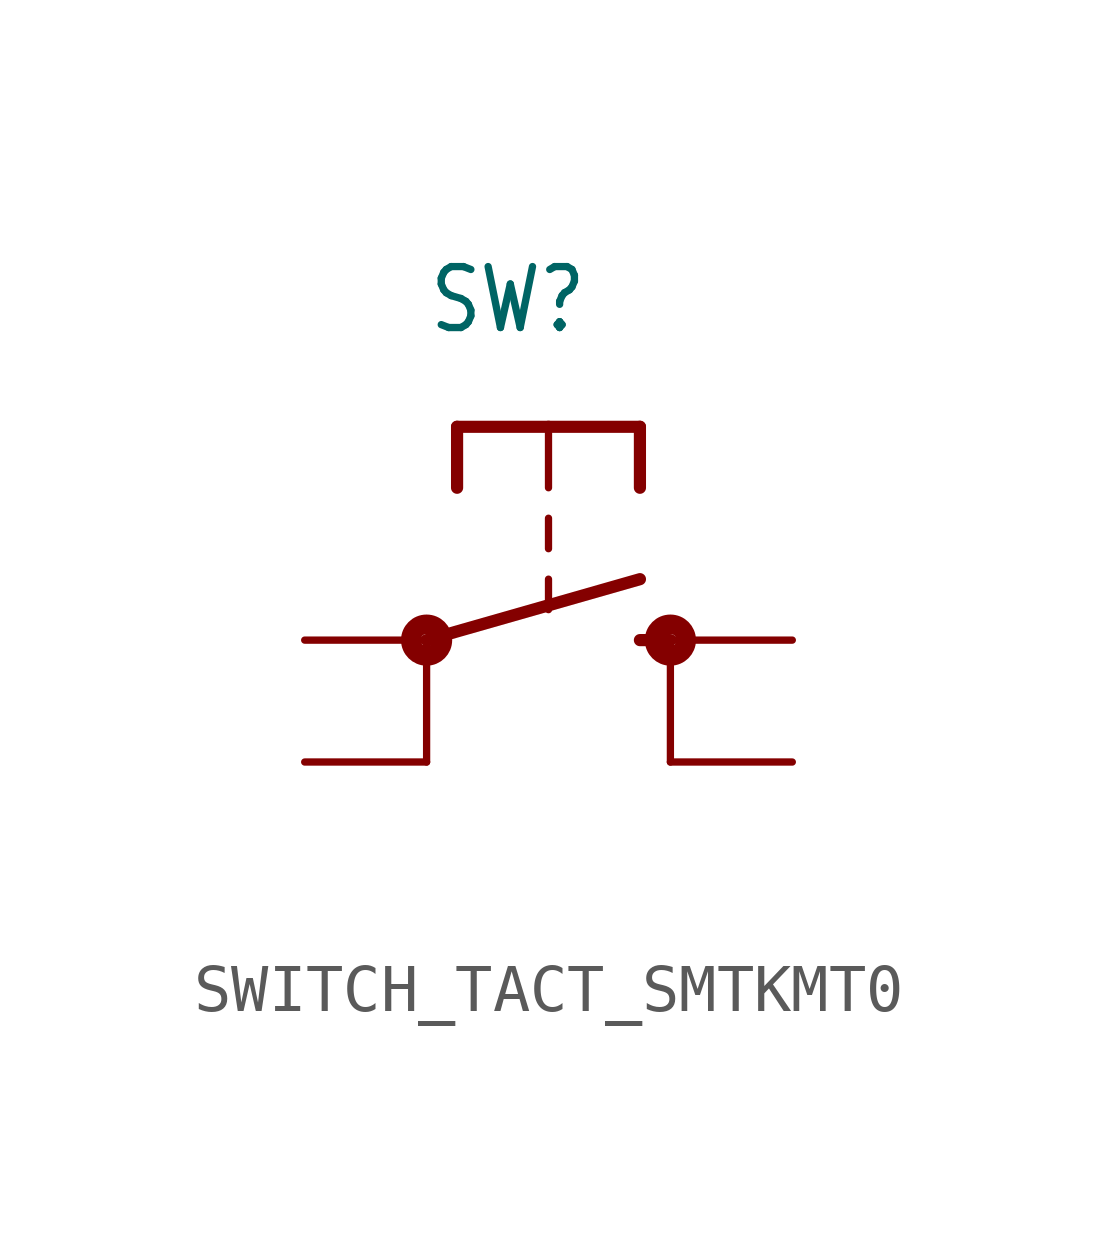
<source format=kicad_sym>
(kicad_symbol_lib
  (version 20241209)
  (generator "kicad_symbol_editor")
  (generator_version "9.0")
  (symbol "SWITCH_TACT_SMTKMT0"
    (property "Reference" "SW"
      (at -2.54 6.35 0)
      (effects (font (size 1.27 1.079)) (justify left bottom)))
    (property "Value" ""
      (at -2.54 -5.08 0)
      (effects (font (size 1.27 1.079)) (justify left bottom)))
    (property "ki_locked" ""
      (at 0 0 0)
      (effects (font (size 1.27 1.27))))
    (symbol "SWITCH_TACT_SMTKMT0_1_0"
      (circle (center -2.54 0) (radius 0.127) (stroke (width 0.406) (type solid)) (fill (type none)))
      (polyline (pts (xy -2.54 0) (xy 1.905 1.27)) (stroke (width 0.254) (type solid)) (fill (type none)))
      (polyline (pts (xy -2.54 -2.54) (xy -2.54 0)) (stroke (width 0.152) (type solid)) (fill (type none)))
      (polyline (pts (xy -1.905 4.445) (xy -1.905 3.175)) (stroke (width 0.254) (type solid)) (fill (type none)))
      (polyline (pts (xy 0 4.445) (xy -1.905 4.445)) (stroke (width 0.254) (type solid)) (fill (type none)))
      (polyline (pts (xy 0 4.445) (xy 0 3.175)) (stroke (width 0.152) (type solid)) (fill (type none)))
      (polyline (pts (xy 0 2.54) (xy 0 1.905)) (stroke (width 0.152) (type solid)) (fill (type none)))
      (polyline (pts (xy 0 1.27) (xy 0 0.635)) (stroke (width 0.152) (type solid)) (fill (type none)))
      (polyline (pts (xy 1.905 4.445) (xy 0 4.445)) (stroke (width 0.254) (type solid)) (fill (type none)))
      (polyline (pts (xy 1.905 4.445) (xy 1.905 3.175)) (stroke (width 0.254) (type solid)) (fill (type none)))
      (polyline (pts (xy 1.905 0) (xy 2.54 0)) (stroke (width 0.254) (type solid)) (fill (type none)))
      (circle (center 2.54 0) (radius 0.127) (stroke (width 0.406) (type solid)) (fill (type none)))
      (polyline (pts (xy 2.54 -2.54) (xy 2.54 0)) (stroke (width 0.152) (type solid)) (fill (type none)))
      (pin passive line (at -5.08 0 0) (length 2.54) (name "P" (effects (font (size 0 0)))) (number "A" (effects (font (size 0 0)))))
      (pin passive line (at -5.08 -2.54 0) (length 2.54) (name "P1" (effects (font (size 0 0)))) (number "A'" (effects (font (size 0 0)))))
      (pin passive line (at 5.08 0 180) (length 2.54) (name "S" (effects (font (size 0 0)))) (number "B" (effects (font (size 0 0)))))
      (pin passive line (at 5.08 -2.54 180) (length 2.54) (name "S1" (effects (font (size 0 0)))) (number "B'" (effects (font (size 0 0))))))))
</source>
